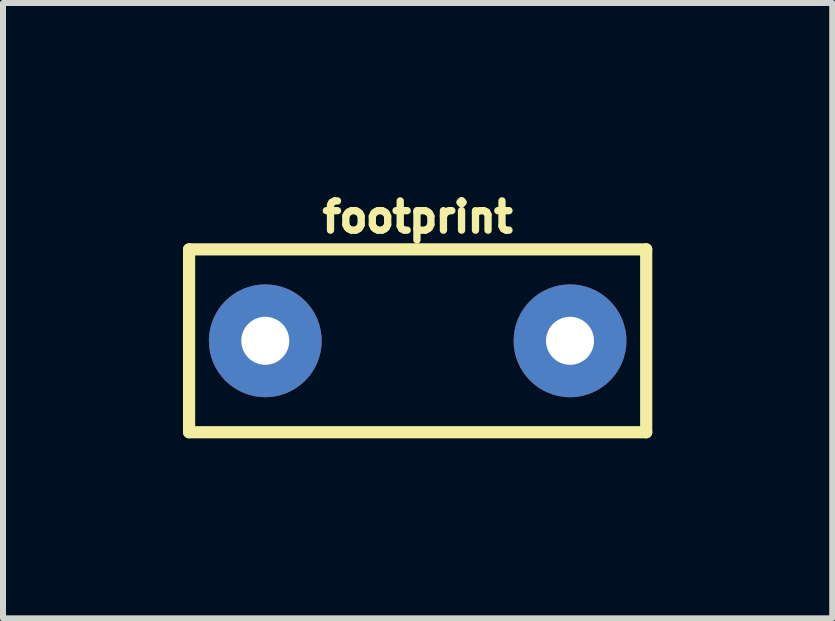
<source format=kicad_pcb>
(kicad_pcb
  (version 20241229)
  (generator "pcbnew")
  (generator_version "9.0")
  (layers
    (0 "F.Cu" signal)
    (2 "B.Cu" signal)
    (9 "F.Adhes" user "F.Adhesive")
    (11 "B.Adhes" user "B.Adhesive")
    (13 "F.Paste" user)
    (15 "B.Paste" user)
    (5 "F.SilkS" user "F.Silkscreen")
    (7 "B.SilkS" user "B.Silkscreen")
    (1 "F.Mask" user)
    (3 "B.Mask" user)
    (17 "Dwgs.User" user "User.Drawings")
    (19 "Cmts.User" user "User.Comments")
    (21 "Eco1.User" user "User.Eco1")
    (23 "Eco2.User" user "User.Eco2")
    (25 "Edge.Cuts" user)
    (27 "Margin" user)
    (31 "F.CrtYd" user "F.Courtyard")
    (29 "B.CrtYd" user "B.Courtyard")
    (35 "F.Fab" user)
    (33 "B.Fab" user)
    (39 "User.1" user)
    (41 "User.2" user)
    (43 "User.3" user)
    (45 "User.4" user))
  (footprint "footprint"
    (layer "F.Cu")
    (at 3.912 2.631)
    (property "Reference" "footprint" (at 0 -1.778 0) (layer "F.SilkS") (effects (font (size 0.488 0.488) (thickness 0.122)) (justify bottom)))
    (fp_line (start -3.81 -1.524) (end 3.81 -1.524) (stroke (width 0.203) (type solid)) (layer "F.SilkS"))
    (fp_line (start -3.81 1.524) (end -3.81 -1.524) (stroke (width 0.203) (type solid)) (layer "F.SilkS"))
    (fp_line (start 3.81 -1.524) (end 3.81 1.524) (stroke (width 0.203) (type solid)) (layer "F.SilkS"))
    (fp_line (start 3.81 1.524) (end -3.81 1.524) (stroke (width 0.203) (type solid)) (layer "F.SilkS"))
    (pad "P$1" thru_hole circle (at -2.54 0) (size 1.88 1.88) (drill 0.8) (layers "*.Cu" "*.Mask"))
    (pad "P$2" thru_hole circle (at 2.54 0) (size 1.88 1.88) (drill 0.8) (layers "*.Cu" "*.Mask")))
  (gr_rect
    (start -3 -3)
    (end 10.823 7.257)
    (stroke (width 0.1) (type default))
    (fill no)
    (layer "Edge.Cuts")))
</source>
